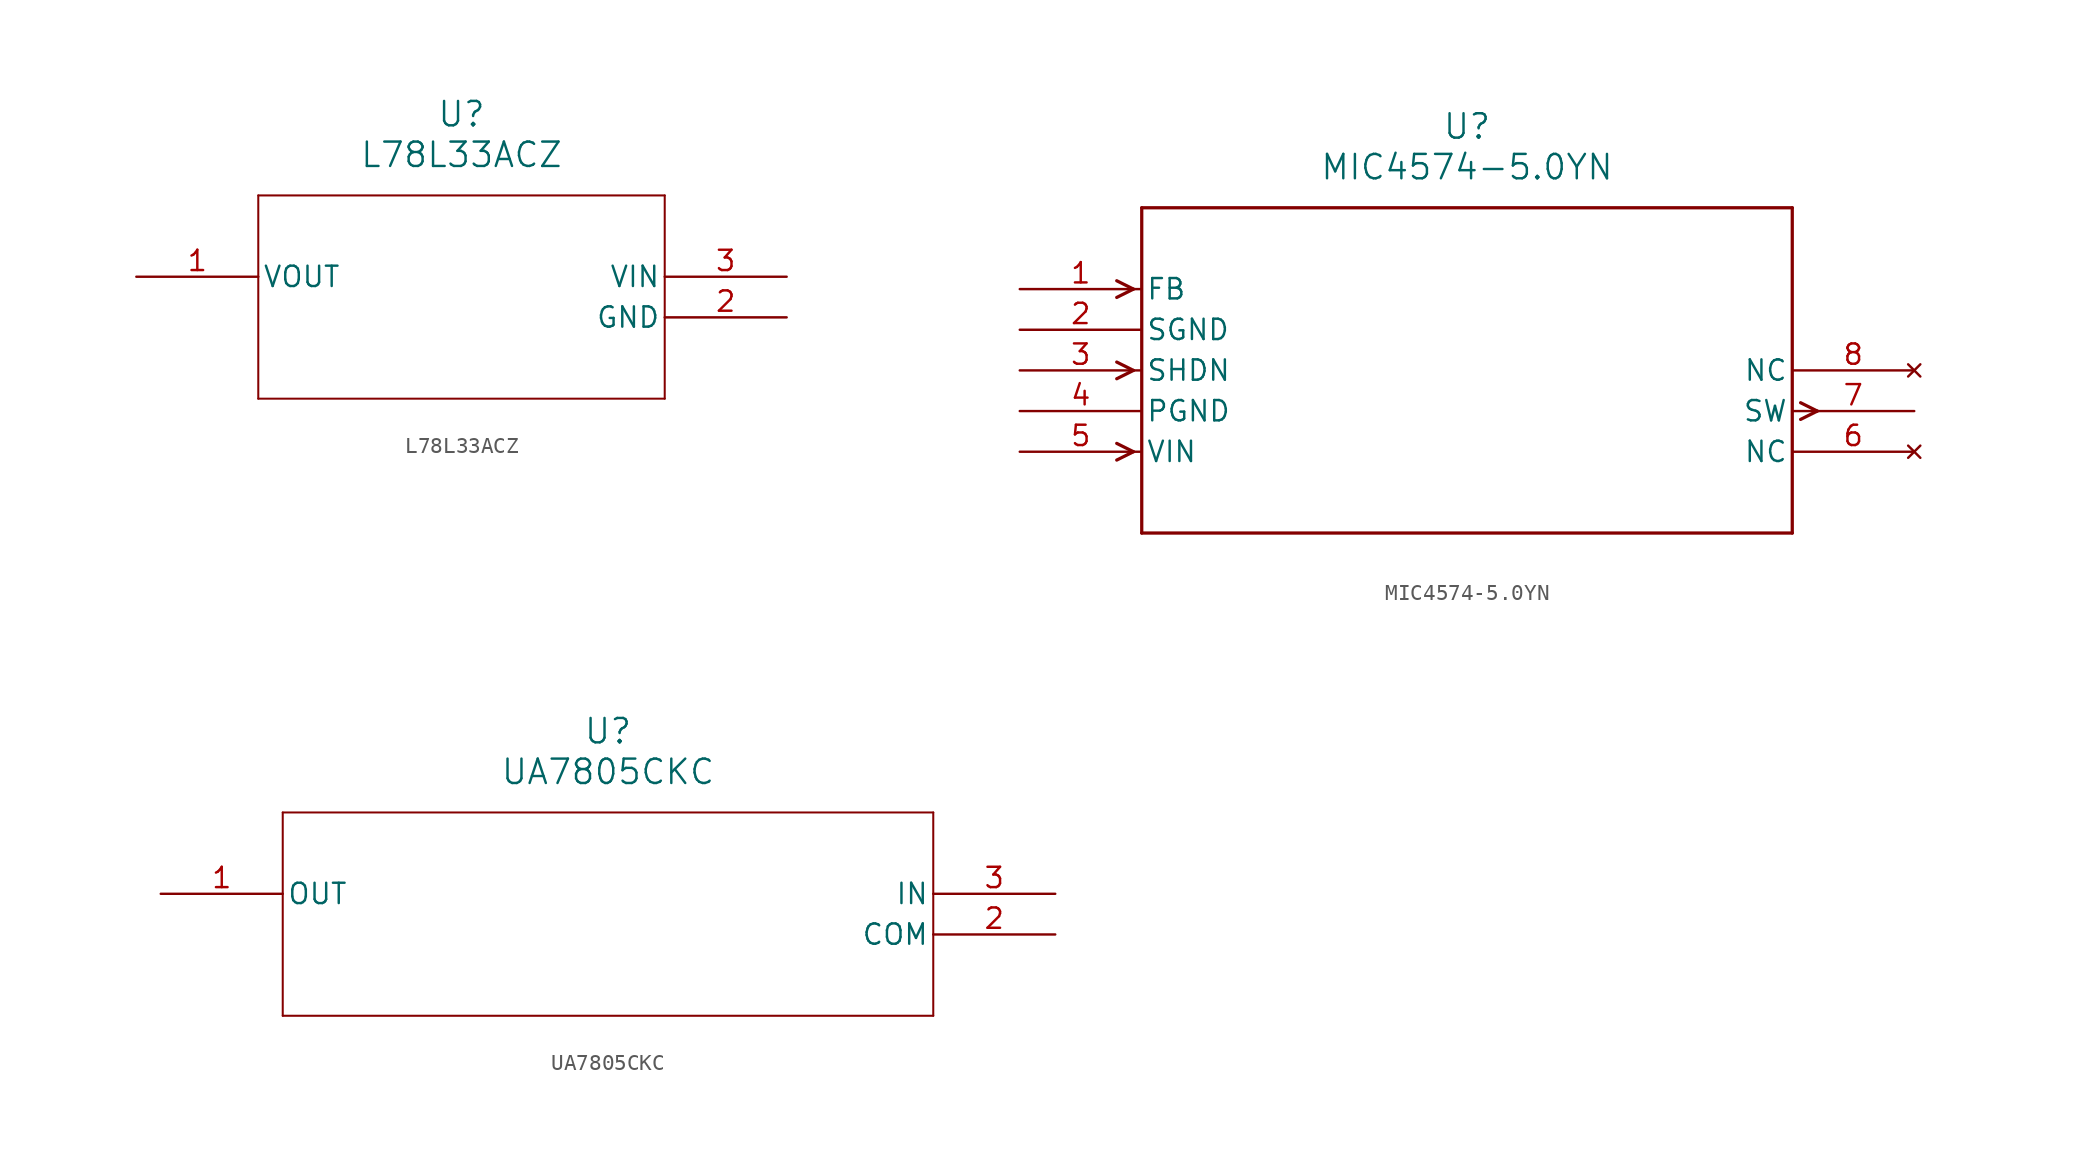
<source format=kicad_sym>
(kicad_symbol_lib
  (version 20241209)
  (generator "kicad_symbol_editor")
  (generator_version "9.0")
  (symbol "L78L33ACZ"
    (pin_names
      (offset 0.254))
    (property "Reference" "U"
      (at 20.32 10.16 0)
      (effects (font (size 1.524 1.524))))
    (property "Value" "L78L33ACZ"
      (at 20.32 7.62 0)
      (effects (font (size 1.524 1.524))))
    (property "ki_locked" ""
      (at 0 0 0)
      (effects (font (size 1.27 1.27))))
    (symbol "L78L33ACZ_0_1"
      (polyline (pts (xy 7.62 5.08) (xy 7.62 -7.62)) (stroke (width 0.127) (type default)) (fill (type none)))
      (polyline (pts (xy 7.62 -7.62) (xy 33.02 -7.62)) (stroke (width 0.127) (type default)) (fill (type none)))
      (polyline (pts (xy 33.02 5.08) (xy 7.62 5.08)) (stroke (width 0.127) (type default)) (fill (type none)))
      (polyline (pts (xy 33.02 -7.62) (xy 33.02 5.08)) (stroke (width 0.127) (type default)) (fill (type none)))
      (pin unspecified line (at 0 0 0) (length 7.62) (name "VOUT" (effects (font (size 1.27 1.27)))) (number "1" (effects (font (size 1.27 1.27)))))
      (pin unspecified line (at 40.64 0 180) (length 7.62) (name "VIN" (effects (font (size 1.27 1.27)))) (number "3" (effects (font (size 1.27 1.27)))))
      (pin unspecified line (at 40.64 -2.54 180) (length 7.62) (name "GND" (effects (font (size 1.27 1.27)))) (number "2" (effects (font (size 1.27 1.27)))))))
  (symbol "MIC4574-5.0YN"
    (pin_names
      (offset 0.254))
    (property "Reference" "U"
      (at 27.94 10.16 0)
      (effects (font (size 1.524 1.524))))
    (property "Value" "MIC4574-5.0YN"
      (at 27.94 7.62 0)
      (effects (font (size 1.524 1.524))))
    (symbol "MIC4574-5.0YN_0_1"
      (polyline (pts (xy 7.099 0) (xy 6.058 0.521)) (stroke (width 0.203) (type default)) (fill (type none)))
      (polyline (pts (xy 7.099 0) (xy 6.058 -0.521)) (stroke (width 0.203) (type default)) (fill (type none)))
      (polyline (pts (xy 7.099 -5.08) (xy 6.058 -4.559)) (stroke (width 0.203) (type default)) (fill (type none)))
      (polyline (pts (xy 7.099 -5.08) (xy 6.058 -5.601)) (stroke (width 0.203) (type default)) (fill (type none)))
      (polyline (pts (xy 7.099 -10.16) (xy 6.058 -9.639)) (stroke (width 0.203) (type default)) (fill (type none)))
      (polyline (pts (xy 7.099 -10.16) (xy 6.058 -10.681)) (stroke (width 0.203) (type default)) (fill (type none)))
      (polyline (pts (xy 7.62 5.08) (xy 7.62 -15.24)) (stroke (width 0.203) (type default)) (fill (type none)))
      (polyline (pts (xy 7.62 -15.24) (xy 48.26 -15.24)) (stroke (width 0.203) (type default)) (fill (type none)))
      (polyline (pts (xy 48.26 5.08) (xy 7.62 5.08)) (stroke (width 0.203) (type default)) (fill (type none)))
      (polyline (pts (xy 48.26 -15.24) (xy 48.26 5.08)) (stroke (width 0.203) (type default)) (fill (type none)))
      (polyline (pts (xy 48.781 -7.099) (xy 49.822 -7.62)) (stroke (width 0.203) (type default)) (fill (type none)))
      (polyline (pts (xy 48.781 -8.141) (xy 49.822 -7.62)) (stroke (width 0.203) (type default)) (fill (type none)))
      (pin input line (at 0 0 0) (length 7.62) (name "FB" (effects (font (size 1.27 1.27)))) (number "1" (effects (font (size 1.27 1.27)))))
      (pin power_in line (at 0 -2.54 0) (length 7.62) (name "SGND" (effects (font (size 1.27 1.27)))) (number "2" (effects (font (size 1.27 1.27)))))
      (pin input line (at 0 -5.08 0) (length 7.62) (name "SHDN" (effects (font (size 1.27 1.27)))) (number "3" (effects (font (size 1.27 1.27)))))
      (pin power_in line (at 0 -7.62 0) (length 7.62) (name "PGND" (effects (font (size 1.27 1.27)))) (number "4" (effects (font (size 1.27 1.27)))))
      (pin input line (at 0 -10.16 0) (length 7.62) (name "VIN" (effects (font (size 1.27 1.27)))) (number "5" (effects (font (size 1.27 1.27)))))
      (pin no_connect line (at 55.88 -5.08 180) (length 7.62) (name "NC" (effects (font (size 1.27 1.27)))) (number "8" (effects (font (size 1.27 1.27)))))
      (pin output line (at 55.88 -7.62 180) (length 7.62) (name "SW" (effects (font (size 1.27 1.27)))) (number "7" (effects (font (size 1.27 1.27)))))
      (pin no_connect line (at 55.88 -10.16 180) (length 7.62) (name "NC" (effects (font (size 1.27 1.27)))) (number "6" (effects (font (size 1.27 1.27)))))))
  (symbol "UA7805CKC"
    (pin_names
      (offset 0.254))
    (property "Reference" "U"
      (at 27.94 10.16 0)
      (effects (font (size 1.524 1.524))))
    (property "Value" "UA7805CKC"
      (at 27.94 7.62 0)
      (effects (font (size 1.524 1.524))))
    (symbol "UA7805CKC_0_1"
      (polyline (pts (xy 7.62 5.08) (xy 7.62 -7.62)) (stroke (width 0.127) (type default)) (fill (type none)))
      (polyline (pts (xy 7.62 -7.62) (xy 48.26 -7.62)) (stroke (width 0.127) (type default)) (fill (type none)))
      (polyline (pts (xy 48.26 5.08) (xy 7.62 5.08)) (stroke (width 0.127) (type default)) (fill (type none)))
      (polyline (pts (xy 48.26 -7.62) (xy 48.26 5.08)) (stroke (width 0.127) (type default)) (fill (type none)))
      (pin output line (at 0 0 0) (length 7.62) (name "OUT" (effects (font (size 1.27 1.27)))) (number "1" (effects (font (size 1.27 1.27)))))
      (pin input line (at 55.88 0 180) (length 7.62) (name "IN" (effects (font (size 1.27 1.27)))) (number "3" (effects (font (size 1.27 1.27)))))
      (pin power_in line (at 55.88 -2.54 180) (length 7.62) (name "COM" (effects (font (size 1.27 1.27)))) (number "2" (effects (font (size 1.27 1.27))))))))
</source>
